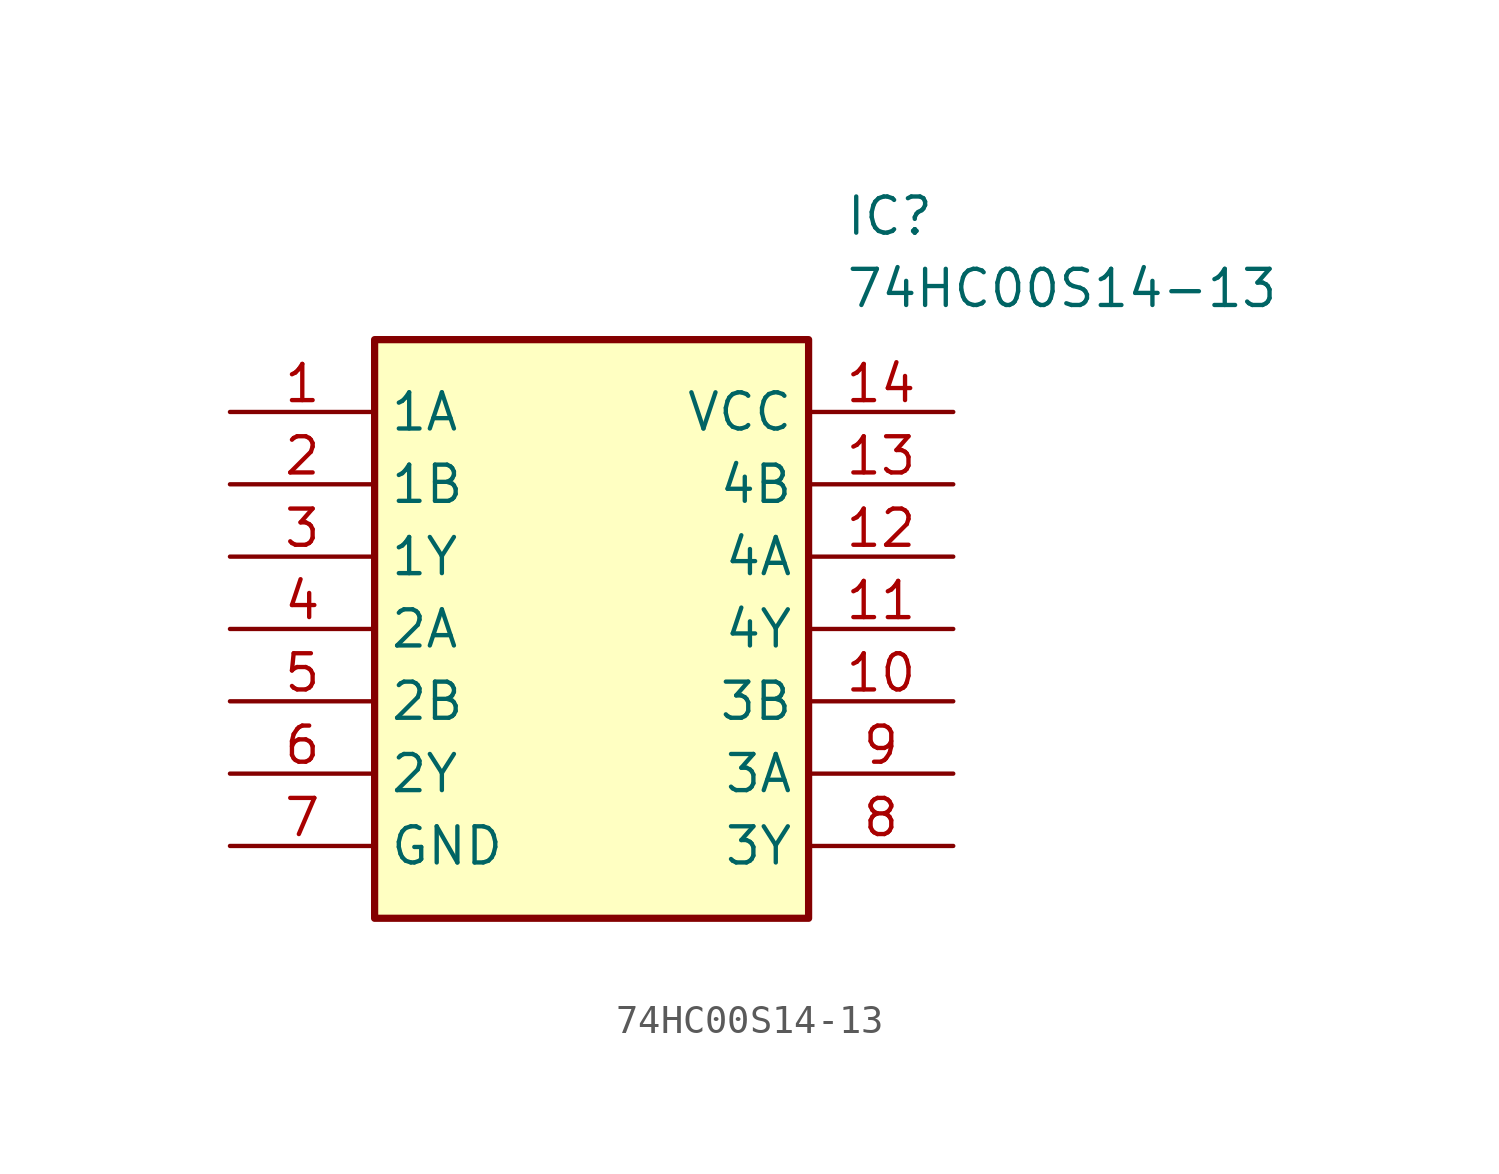
<source format=kicad_sym>
(kicad_symbol_lib
  (version 20211014)
  (generator SamacSys_ECAD_Model)
  (symbol "74HC00S14-13"
    (property "Reference" "IC"
      (at 21.59 7.62 0)
      (effects (font (size 1.27 1.27)) (justify left top)))
    (property "Value" "74HC00S14-13"
      (at 21.59 5.08 0)
      (effects (font (size 1.27 1.27)) (justify left top)))
    (rectangle
      (start 5.08 2.54)
      (end 20.32 -17.78)
      (stroke (width 0.254) (type default))
      (fill (type background)))
    (pin passive line
      (at 0 0 0)
      (length 5.08)
      (name "1A" (effects (font (size 1.27 1.27))))
      (number "1" (effects (font (size 1.27 1.27)))))
    (pin passive line
      (at 0 -2.54 0)
      (length 5.08)
      (name "1B" (effects (font (size 1.27 1.27))))
      (number "2" (effects (font (size 1.27 1.27)))))
    (pin passive line
      (at 0 -5.08 0)
      (length 5.08)
      (name "1Y" (effects (font (size 1.27 1.27))))
      (number "3" (effects (font (size 1.27 1.27)))))
    (pin passive line
      (at 0 -7.62 0)
      (length 5.08)
      (name "2A" (effects (font (size 1.27 1.27))))
      (number "4" (effects (font (size 1.27 1.27)))))
    (pin passive line
      (at 0 -10.16 0)
      (length 5.08)
      (name "2B" (effects (font (size 1.27 1.27))))
      (number "5" (effects (font (size 1.27 1.27)))))
    (pin passive line
      (at 0 -12.7 0)
      (length 5.08)
      (name "2Y" (effects (font (size 1.27 1.27))))
      (number "6" (effects (font (size 1.27 1.27)))))
    (pin passive line
      (at 0 -15.24 0)
      (length 5.08)
      (name "GND" (effects (font (size 1.27 1.27))))
      (number "7" (effects (font (size 1.27 1.27)))))
    (pin passive line
      (at 25.4 0 180)
      (length 5.08)
      (name "VCC" (effects (font (size 1.27 1.27))))
      (number "14" (effects (font (size 1.27 1.27)))))
    (pin passive line
      (at 25.4 -2.54 180)
      (length 5.08)
      (name "4B" (effects (font (size 1.27 1.27))))
      (number "13" (effects (font (size 1.27 1.27)))))
    (pin passive line
      (at 25.4 -5.08 180)
      (length 5.08)
      (name "4A" (effects (font (size 1.27 1.27))))
      (number "12" (effects (font (size 1.27 1.27)))))
    (pin passive line
      (at 25.4 -7.62 180)
      (length 5.08)
      (name "4Y" (effects (font (size 1.27 1.27))))
      (number "11" (effects (font (size 1.27 1.27)))))
    (pin passive line
      (at 25.4 -10.16 180)
      (length 5.08)
      (name "3B" (effects (font (size 1.27 1.27))))
      (number "10" (effects (font (size 1.27 1.27)))))
    (pin passive line
      (at 25.4 -12.7 180)
      (length 5.08)
      (name "3A" (effects (font (size 1.27 1.27))))
      (number "9" (effects (font (size 1.27 1.27)))))
    (pin passive line
      (at 25.4 -15.24 180)
      (length 5.08)
      (name "3Y" (effects (font (size 1.27 1.27))))
      (number "8" (effects (font (size 1.27 1.27)))))))
</source>
